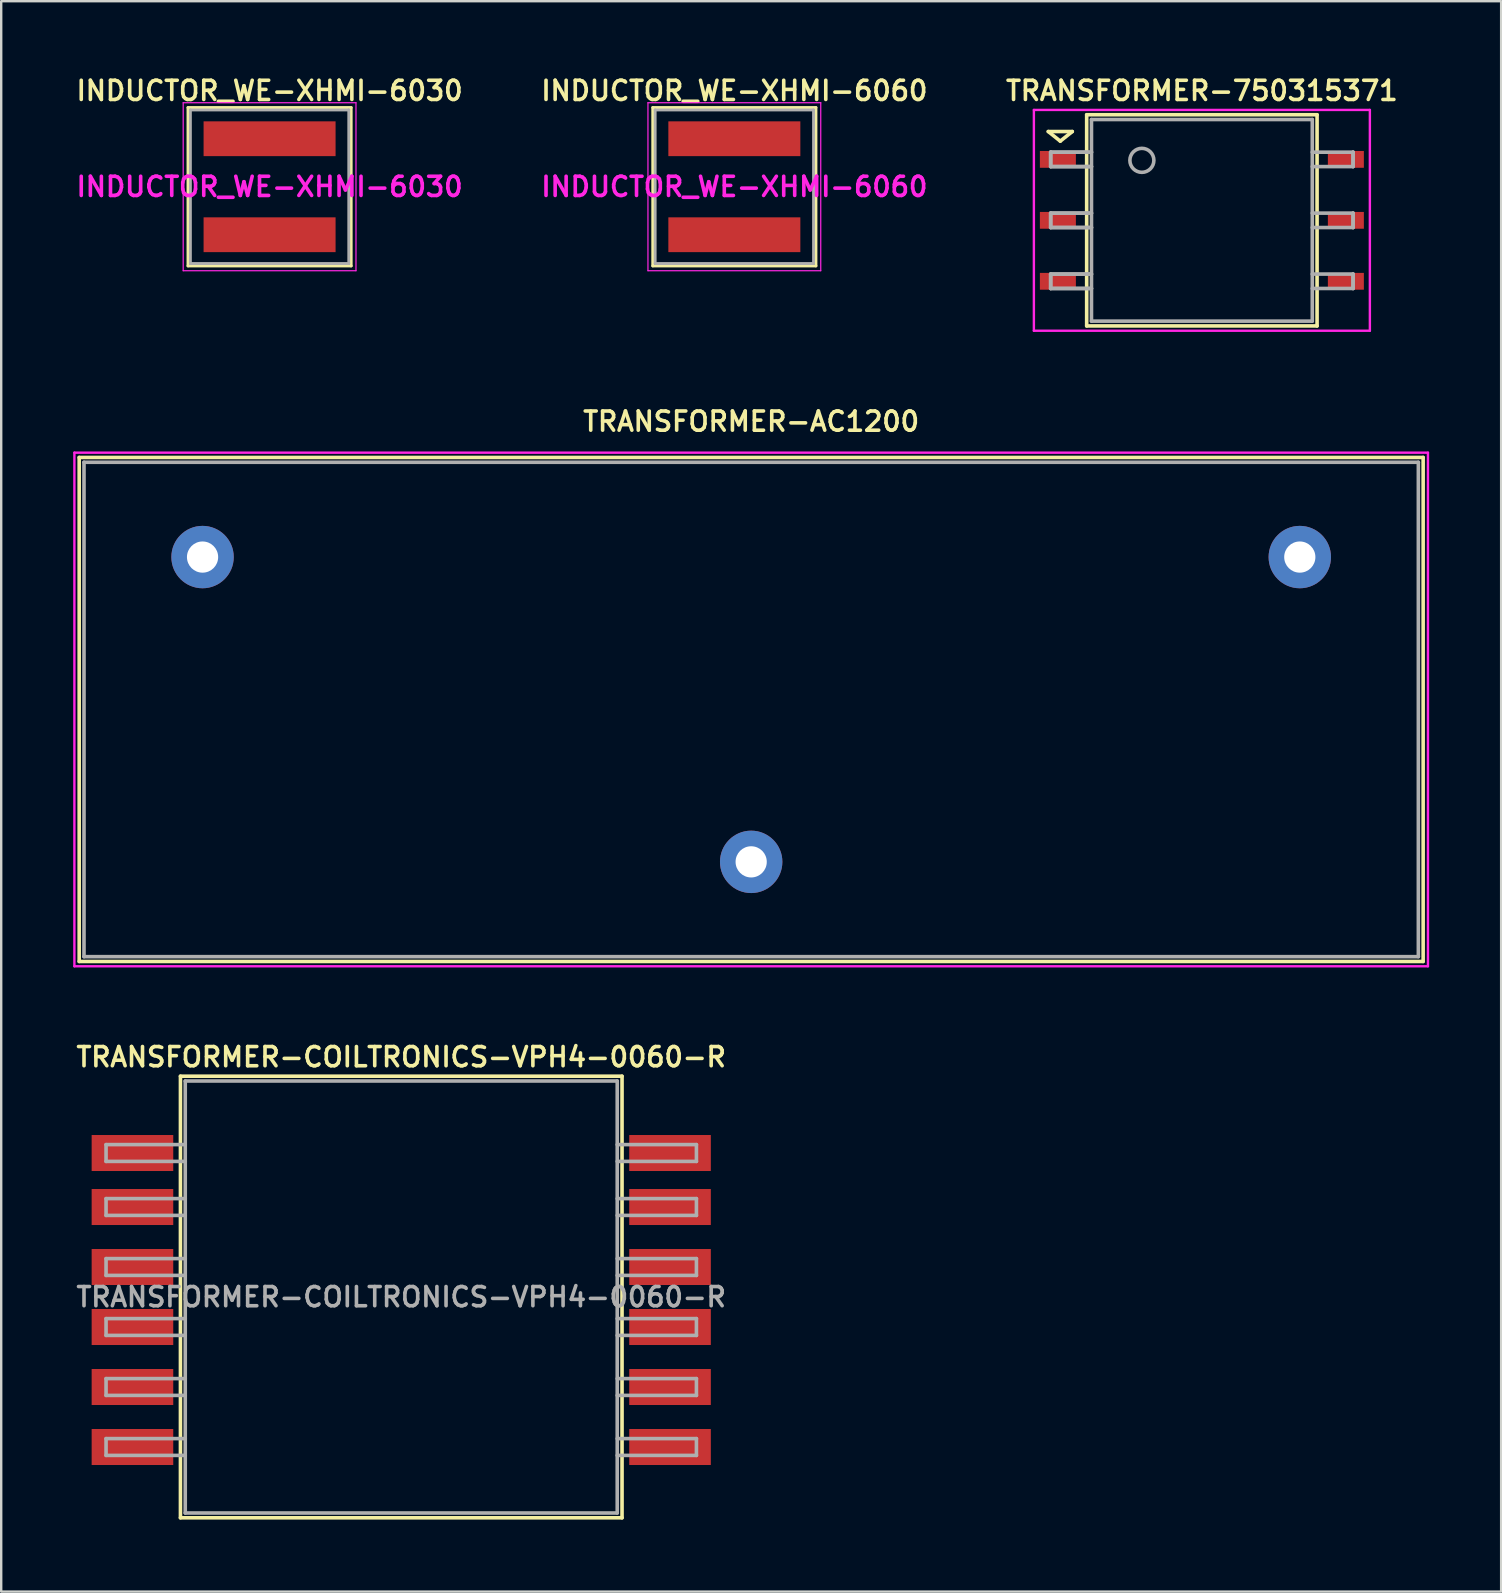
<source format=kicad_pcb>
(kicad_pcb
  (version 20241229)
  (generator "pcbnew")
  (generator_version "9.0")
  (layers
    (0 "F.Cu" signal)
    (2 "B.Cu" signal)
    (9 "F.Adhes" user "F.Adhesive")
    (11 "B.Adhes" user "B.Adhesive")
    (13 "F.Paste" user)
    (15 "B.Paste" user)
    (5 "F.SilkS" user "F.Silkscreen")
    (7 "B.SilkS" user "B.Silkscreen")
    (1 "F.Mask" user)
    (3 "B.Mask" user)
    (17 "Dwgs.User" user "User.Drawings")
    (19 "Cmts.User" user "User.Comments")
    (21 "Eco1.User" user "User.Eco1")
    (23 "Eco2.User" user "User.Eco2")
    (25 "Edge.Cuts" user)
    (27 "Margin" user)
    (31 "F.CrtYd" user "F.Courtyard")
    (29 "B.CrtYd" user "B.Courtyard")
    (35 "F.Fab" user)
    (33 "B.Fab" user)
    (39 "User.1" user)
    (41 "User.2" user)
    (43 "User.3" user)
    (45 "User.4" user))
  (footprint "TRANSFORMER-750315371"
    (layer "F.Cu")
    (at 47.03 6.131)
    (property "Reference" "TRANSFORMER-750315371" (at 0 -5.4 0) (layer "F.SilkS") (effects (font (size 0.8 0.8) (thickness 0.15))))
    (attr through_hole)
    (fp_line (start -6.4 -3.7) (end -5.4 -3.7) (stroke (width 0.15) (type solid)) (layer "F.SilkS"))
    (fp_line (start -5.9 -3.3) (end -6.4 -3.7) (stroke (width 0.15) (type solid)) (layer "F.SilkS"))
    (fp_line (start -5.4 -3.7) (end -5.9 -3.3) (stroke (width 0.15) (type solid)) (layer "F.SilkS"))
    (fp_line (start -4.8 -4.4) (end -4.8 4.4) (stroke (width 0.15) (type solid)) (layer "F.SilkS"))
    (fp_line (start -4.8 4.4) (end 4.8 4.4) (stroke (width 0.15) (type solid)) (layer "F.SilkS"))
    (fp_line (start 4.8 -4.4) (end -4.8 -4.4) (stroke (width 0.15) (type solid)) (layer "F.SilkS"))
    (fp_line (start 4.8 4.4) (end 4.8 -4.4) (stroke (width 0.15) (type solid)) (layer "F.SilkS"))
    (fp_line (start -7 -4.6) (end -7 4.6) (stroke (width 0.1) (type solid)) (layer "F.CrtYd"))
    (fp_line (start -7 4.6) (end 7 4.6) (stroke (width 0.1) (type solid)) (layer "F.CrtYd"))
    (fp_line (start 7 -4.6) (end -7 -4.6) (stroke (width 0.1) (type solid)) (layer "F.CrtYd"))
    (fp_line (start 7 4.6) (end 7 -4.6) (stroke (width 0.1) (type solid)) (layer "F.CrtYd"))
    (fp_line (start -6.3 -2.84) (end -6.3 -2.24) (stroke (width 0.15) (type solid)) (layer "F.Fab"))
    (fp_line (start -6.3 -2.84) (end -6.3 -2.24) (stroke (width 0.15) (type solid)) (layer "F.Fab"))
    (fp_line (start -6.3 -2.24) (end -4.6 -2.24) (stroke (width 0.15) (type solid)) (layer "F.Fab"))
    (fp_line (start -6.3 -2.24) (end -4.6 -2.24) (stroke (width 0.15) (type solid)) (layer "F.Fab"))
    (fp_line (start -6.3 -0.3) (end -6.3 0.3) (stroke (width 0.15) (type solid)) (layer "F.Fab"))
    (fp_line (start -6.3 -0.3) (end -6.3 0.3) (stroke (width 0.15) (type solid)) (layer "F.Fab"))
    (fp_line (start -6.3 0.3) (end -4.6 0.3) (stroke (width 0.15) (type solid)) (layer "F.Fab"))
    (fp_line (start -6.3 0.3) (end -4.6 0.3) (stroke (width 0.15) (type solid)) (layer "F.Fab"))
    (fp_line (start -6.3 2.24) (end -6.3 2.84) (stroke (width 0.15) (type solid)) (layer "F.Fab"))
    (fp_line (start -6.3 2.24) (end -6.3 2.84) (stroke (width 0.15) (type solid)) (layer "F.Fab"))
    (fp_line (start -6.3 2.84) (end -4.6 2.84) (stroke (width 0.15) (type solid)) (layer "F.Fab"))
    (fp_line (start -6.3 2.84) (end -4.6 2.84) (stroke (width 0.15) (type solid)) (layer "F.Fab"))
    (fp_line (start -4.6 -4.2) (end 4.6 -4.2) (stroke (width 0.15) (type solid)) (layer "F.Fab"))
    (fp_line (start -4.6 -2.84) (end -6.3 -2.84) (stroke (width 0.15) (type solid)) (layer "F.Fab"))
    (fp_line (start -4.6 -2.84) (end -6.3 -2.84) (stroke (width 0.15) (type solid)) (layer "F.Fab"))
    (fp_line (start -4.6 -0.3) (end -6.3 -0.3) (stroke (width 0.15) (type solid)) (layer "F.Fab"))
    (fp_line (start -4.6 -0.3) (end -6.3 -0.3) (stroke (width 0.15) (type solid)) (layer "F.Fab"))
    (fp_line (start -4.6 2.24) (end -6.3 2.24) (stroke (width 0.15) (type solid)) (layer "F.Fab"))
    (fp_line (start -4.6 2.24) (end -6.3 2.24) (stroke (width 0.15) (type solid)) (layer "F.Fab"))
    (fp_line (start -4.6 4.2) (end -4.6 -4.2) (stroke (width 0.15) (type solid)) (layer "F.Fab"))
    (fp_line (start 4.6 -4.2) (end 4.6 4.2) (stroke (width 0.15) (type solid)) (layer "F.Fab"))
    (fp_line (start 4.6 -2.84) (end 6.3 -2.84) (stroke (width 0.15) (type solid)) (layer "F.Fab"))
    (fp_line (start 4.6 -0.3) (end 6.3 -0.3) (stroke (width 0.15) (type solid)) (layer "F.Fab"))
    (fp_line (start 4.6 2.24) (end 6.3 2.24) (stroke (width 0.15) (type solid)) (layer "F.Fab"))
    (fp_line (start 4.6 4.2) (end -4.6 4.2) (stroke (width 0.15) (type solid)) (layer "F.Fab"))
    (fp_line (start 6.3 -2.84) (end 6.3 -2.24) (stroke (width 0.15) (type solid)) (layer "F.Fab"))
    (fp_line (start 6.3 -2.84) (end 6.3 -2.24) (stroke (width 0.15) (type solid)) (layer "F.Fab"))
    (fp_line (start 6.3 -2.24) (end 4.6 -2.24) (stroke (width 0.15) (type solid)) (layer "F.Fab"))
    (fp_line (start 6.3 -0.3) (end 6.3 0.3) (stroke (width 0.15) (type solid)) (layer "F.Fab"))
    (fp_line (start 6.3 -0.3) (end 6.3 0.3) (stroke (width 0.15) (type solid)) (layer "F.Fab"))
    (fp_line (start 6.3 0.3) (end 4.6 0.3) (stroke (width 0.15) (type solid)) (layer "F.Fab"))
    (fp_line (start 6.3 2.24) (end 6.3 2.84) (stroke (width 0.15) (type solid)) (layer "F.Fab"))
    (fp_line (start 6.3 2.24) (end 6.3 2.84) (stroke (width 0.15) (type solid)) (layer "F.Fab"))
    (fp_line (start 6.3 2.84) (end 4.6 2.84) (stroke (width 0.15) (type solid)) (layer "F.Fab"))
    (fp_circle (center -2.5 -2.5) (end -2 -2.5) (stroke (width 0.15) (type solid)) (fill no) (layer "F.Fab"))
    (pad "1" smd rect (at -6 -2.54) (size 1.5 0.7) (layers "F.Cu" "F.Mask" "F.Paste"))
    (pad "2" smd rect (at -6 0) (size 1.5 0.7) (layers "F.Cu" "F.Mask" "F.Paste"))
    (pad "3" smd rect (at -6 2.54) (size 1.5 0.7) (layers "F.Cu" "F.Mask" "F.Paste"))
    (pad "4" smd rect (at 6 2.54) (size 1.5 0.7) (layers "F.Cu" "F.Mask" "F.Paste"))
    (pad "5" smd rect (at 6 0) (size 1.5 0.7) (layers "F.Cu" "F.Mask" "F.Paste"))
    (pad "6" smd rect (at 6 -2.54) (size 1.5 0.7) (layers "F.Cu" "F.Mask" "F.Paste")))
  (footprint "INDUCTOR_WE-XHMI-6030"
    (layer "F.Cu")
    (at 8.183 4.731)
    (property "Reference" "INDUCTOR_WE-XHMI-6030" (at 0 -4 0) (layer "F.SilkS") (effects (font (size 0.8 0.8) (thickness 0.15))))
    (attr through_hole)
    (fp_line (start -3.4 -3.3) (end -3.4 3.3) (stroke (width 0.12) (type solid)) (layer "F.SilkS"))
    (fp_line (start -3.4 3.3) (end 3.4 3.3) (stroke (width 0.12) (type solid)) (layer "F.SilkS"))
    (fp_line (start 3.4 -3.3) (end -3.4 -3.3) (stroke (width 0.12) (type solid)) (layer "F.SilkS"))
    (fp_line (start 3.4 3.3) (end 3.4 -3.3) (stroke (width 0.12) (type solid)) (layer "F.SilkS"))
    (fp_line (start -3.6 -3.5) (end -3.6 3.5) (stroke (width 0.05) (type solid)) (layer "F.CrtYd"))
    (fp_line (start -3.6 3.5) (end 3.6 3.5) (stroke (width 0.05) (type solid)) (layer "F.CrtYd"))
    (fp_line (start 3.6 -3.5) (end -3.6 -3.5) (stroke (width 0.05) (type solid)) (layer "F.CrtYd"))
    (fp_line (start 3.6 3.5) (end 3.6 -3.5) (stroke (width 0.05) (type solid)) (layer "F.CrtYd"))
    (fp_line (start -3.3 -3.2) (end -3.3 3.2) (stroke (width 0.12) (type solid)) (layer "F.Fab"))
    (fp_line (start -3.3 3.2) (end 3.3 3.2) (stroke (width 0.12) (type solid)) (layer "F.Fab"))
    (fp_line (start 3.3 -3.2) (end -3.3 -3.2) (stroke (width 0.12) (type solid)) (layer "F.Fab"))
    (fp_line (start 3.3 3.2) (end 3.3 -3.2) (stroke (width 0.12) (type solid)) (layer "F.Fab"))
    (fp_text user "${REFERENCE}" (at 0 0 0) (layer "F.CrtYd") (effects (font (size 0.8 0.8) (thickness 0.15))))
    (pad "1" smd rect (at 0 2) (size 5.5 1.45) (layers "F.Cu" "F.Mask" "F.Paste"))
    (pad "2" smd rect (at 0 -2) (size 5.5 1.45) (layers "F.Cu" "F.Mask" "F.Paste")))
  (footprint "TRANSFORMER-COILTRONICS-VPH4-0060-R"
    (layer "F.Cu")
    (at 13.669 50.994)
    (property "Reference" "TRANSFORMER-COILTRONICS-VPH4-0060-R" (at 0 -10 0) (layer "F.SilkS") (effects (font (size 0.8 0.8) (thickness 0.15))))
    (attr through_hole)
    (fp_line (start -9.2 -9.2) (end 9.2 -9.2) (stroke (width 0.15) (type solid)) (layer "F.SilkS"))
    (fp_line (start -9.2 9.2) (end -9.2 -9.2) (stroke (width 0.15) (type solid)) (layer "F.SilkS"))
    (fp_line (start -9.2 9.2) (end 9.2 9.2) (stroke (width 0.15) (type solid)) (layer "F.SilkS"))
    (fp_line (start 9.2 -9.2) (end 9.2 9.2) (stroke (width 0.15) (type solid)) (layer "F.SilkS"))
    (fp_line (start -12.3 -6.35) (end -12.3 -5.65) (stroke (width 0.15) (type solid)) (layer "F.Fab"))
    (fp_line (start -12.3 -5.65) (end -9 -5.65) (stroke (width 0.15) (type solid)) (layer "F.Fab"))
    (fp_line (start -12.3 -4.1) (end -12.3 -3.4) (stroke (width 0.15) (type solid)) (layer "F.Fab"))
    (fp_line (start -12.3 -3.4) (end -9 -3.4) (stroke (width 0.15) (type solid)) (layer "F.Fab"))
    (fp_line (start -12.3 -1.6) (end -12.3 -0.9) (stroke (width 0.15) (type solid)) (layer "F.Fab"))
    (fp_line (start -12.3 -0.9) (end -9 -0.9) (stroke (width 0.15) (type solid)) (layer "F.Fab"))
    (fp_line (start -12.3 0.9) (end -12.3 1.6) (stroke (width 0.15) (type solid)) (layer "F.Fab"))
    (fp_line (start -12.3 1.6) (end -9 1.6) (stroke (width 0.15) (type solid)) (layer "F.Fab"))
    (fp_line (start -12.3 3.4) (end -12.3 4.1) (stroke (width 0.15) (type solid)) (layer "F.Fab"))
    (fp_line (start -12.3 4.1) (end -9 4.1) (stroke (width 0.15) (type solid)) (layer "F.Fab"))
    (fp_line (start -12.3 5.9) (end -12.3 6.6) (stroke (width 0.15) (type solid)) (layer "F.Fab"))
    (fp_line (start -12.3 6.6) (end -9 6.6) (stroke (width 0.15) (type solid)) (layer "F.Fab"))
    (fp_line (start -9 -9) (end -9 9) (stroke (width 0.15) (type solid)) (layer "F.Fab"))
    (fp_line (start -9 -6.35) (end -12.3 -6.35) (stroke (width 0.15) (type solid)) (layer "F.Fab"))
    (fp_line (start -9 -4.1) (end -12.3 -4.1) (stroke (width 0.15) (type solid)) (layer "F.Fab"))
    (fp_line (start -9 -1.6) (end -12.3 -1.6) (stroke (width 0.15) (type solid)) (layer "F.Fab"))
    (fp_line (start -9 0.9) (end -12.3 0.9) (stroke (width 0.15) (type solid)) (layer "F.Fab"))
    (fp_line (start -9 3.4) (end -12.3 3.4) (stroke (width 0.15) (type solid)) (layer "F.Fab"))
    (fp_line (start -9 5.9) (end -12.3 5.9) (stroke (width 0.15) (type solid)) (layer "F.Fab"))
    (fp_line (start -9 9) (end 9 9) (stroke (width 0.15) (type solid)) (layer "F.Fab"))
    (fp_line (start 9 -9) (end -9 -9) (stroke (width 0.15) (type solid)) (layer "F.Fab"))
    (fp_line (start 9 -5.65) (end 12.3 -5.65) (stroke (width 0.15) (type solid)) (layer "F.Fab"))
    (fp_line (start 9 -3.4) (end 12.3 -3.4) (stroke (width 0.15) (type solid)) (layer "F.Fab"))
    (fp_line (start 9 -0.9) (end 12.3 -0.9) (stroke (width 0.15) (type solid)) (layer "F.Fab"))
    (fp_line (start 9 1.6) (end 12.3 1.6) (stroke (width 0.15) (type solid)) (layer "F.Fab"))
    (fp_line (start 9 4.1) (end 12.3 4.1) (stroke (width 0.15) (type solid)) (layer "F.Fab"))
    (fp_line (start 9 6.6) (end 12.3 6.6) (stroke (width 0.15) (type solid)) (layer "F.Fab"))
    (fp_line (start 9 9) (end 9 -9) (stroke (width 0.15) (type solid)) (layer "F.Fab"))
    (fp_line (start 12.3 -6.35) (end 9 -6.35) (stroke (width 0.15) (type solid)) (layer "F.Fab"))
    (fp_line (start 12.3 -5.65) (end 12.3 -6.35) (stroke (width 0.15) (type solid)) (layer "F.Fab"))
    (fp_line (start 12.3 -4.1) (end 9 -4.1) (stroke (width 0.15) (type solid)) (layer "F.Fab"))
    (fp_line (start 12.3 -3.4) (end 12.3 -4.1) (stroke (width 0.15) (type solid)) (layer "F.Fab"))
    (fp_line (start 12.3 -1.6) (end 9 -1.6) (stroke (width 0.15) (type solid)) (layer "F.Fab"))
    (fp_line (start 12.3 -0.9) (end 12.3 -1.6) (stroke (width 0.15) (type solid)) (layer "F.Fab"))
    (fp_line (start 12.3 0.9) (end 9 0.9) (stroke (width 0.15) (type solid)) (layer "F.Fab"))
    (fp_line (start 12.3 1.6) (end 12.3 0.9) (stroke (width 0.15) (type solid)) (layer "F.Fab"))
    (fp_line (start 12.3 3.4) (end 9 3.4) (stroke (width 0.15) (type solid)) (layer "F.Fab"))
    (fp_line (start 12.3 4.1) (end 12.3 3.4) (stroke (width 0.15) (type solid)) (layer "F.Fab"))
    (fp_line (start 12.3 5.9) (end 9 5.9) (stroke (width 0.15) (type solid)) (layer "F.Fab"))
    (fp_line (start 12.3 6.6) (end 12.3 5.9) (stroke (width 0.15) (type solid)) (layer "F.Fab"))
    (fp_text user "${REFERENCE}" (at 0 0 0) (layer "F.Fab") (effects (font (size 0.8 0.8) (thickness 0.15))))
    (pad "1" smd rect (at -11.2 -6) (size 3.4 1.5) (layers "F.Cu" "F.Mask" "F.Paste"))
    (pad "2" smd rect (at -11.2 -3.75) (size 3.4 1.5) (layers "F.Cu" "F.Mask" "F.Paste"))
    (pad "3" smd rect (at -11.2 -1.25) (size 3.4 1.5) (layers "F.Cu" "F.Mask" "F.Paste"))
    (pad "4" smd rect (at -11.2 1.25) (size 3.4 1.5) (layers "F.Cu" "F.Mask" "F.Paste"))
    (pad "5" smd rect (at -11.2 3.75) (size 3.4 1.5) (layers "F.Cu" "F.Mask" "F.Paste"))
    (pad "6" smd rect (at -11.2 6.25) (size 3.4 1.5) (layers "F.Cu" "F.Mask" "F.Paste"))
    (pad "7" smd rect (at 11.2 6.25) (size 3.4 1.5) (layers "F.Cu" "F.Mask" "F.Paste"))
    (pad "8" smd rect (at 11.2 3.75) (size 3.4 1.5) (layers "F.Cu" "F.Mask" "F.Paste"))
    (pad "9" smd rect (at 11.2 1.25) (size 3.4 1.5) (layers "F.Cu" "F.Mask" "F.Paste"))
    (pad "10" smd rect (at 11.2 -1.25) (size 3.4 1.5) (layers "F.Cu" "F.Mask" "F.Paste"))
    (pad "11" smd rect (at 11.2 -3.75) (size 3.4 1.5) (layers "F.Cu" "F.Mask" "F.Paste"))
    (pad "12" smd rect (at 11.2 -6) (size 3.4 1.5) (layers "F.Cu" "F.Mask" "F.Paste")))
  (footprint "TRANSFORMER-AC1200"
    (layer "F.Cu")
    (at 28.25 26.512)
    (property "Reference" "TRANSFORMER-AC1200" (at 0 -12 0) (layer "F.SilkS") (effects (font (size 0.8 0.8) (thickness 0.15))))
    (attr through_hole)
    (fp_line (start -28 -10.5) (end 28 -10.5) (stroke (width 0.15) (type solid)) (layer "F.SilkS"))
    (fp_line (start -28 10.5) (end -28 -10.5) (stroke (width 0.15) (type solid)) (layer "F.SilkS"))
    (fp_line (start 28 -10.5) (end 28 10.5) (stroke (width 0.15) (type solid)) (layer "F.SilkS"))
    (fp_line (start 28 10.5) (end -28 10.5) (stroke (width 0.15) (type solid)) (layer "F.SilkS"))
    (fp_line (start -28.2 -10.7) (end -28.2 10.7) (stroke (width 0.1) (type solid)) (layer "F.CrtYd"))
    (fp_line (start -28.2 10.7) (end 28.2 10.7) (stroke (width 0.1) (type solid)) (layer "F.CrtYd"))
    (fp_line (start 28.2 -10.7) (end -28.2 -10.7) (stroke (width 0.1) (type solid)) (layer "F.CrtYd"))
    (fp_line (start 28.2 10.7) (end 28.2 -10.7) (stroke (width 0.1) (type solid)) (layer "F.CrtYd"))
    (fp_line (start -27.8 -10.3) (end -27.8 10.3) (stroke (width 0.15) (type solid)) (layer "F.Fab"))
    (fp_line (start -27.8 10.3) (end 27.8 10.3) (stroke (width 0.15) (type solid)) (layer "F.Fab"))
    (fp_line (start 27.8 -10.3) (end -27.8 -10.3) (stroke (width 0.15) (type solid)) (layer "F.Fab"))
    (fp_line (start 27.8 10.3) (end 27.8 -10.3) (stroke (width 0.15) (type solid)) (layer "F.Fab"))
    (pad "1" thru_hole circle (at -22.86 -6.35) (size 2.6 2.6) (drill 1.3) (layers "*.Cu" "*.Mask"))
    (pad "2" thru_hole circle (at 0 6.35) (size 2.6 2.6) (drill 1.3) (layers "*.Cu" "*.Mask"))
    (pad "3" thru_hole circle (at 22.86 -6.35) (size 2.6 2.6) (drill 1.3) (layers "*.Cu" "*.Mask")))
  (footprint "INDUCTOR_WE-XHMI-6060"
    (layer "F.Cu")
    (at 27.549 4.731)
    (property "Reference" "INDUCTOR_WE-XHMI-6060" (at 0 -4 0) (layer "F.SilkS") (effects (font (size 0.8 0.8) (thickness 0.15))))
    (attr through_hole)
    (fp_line (start -3.4 -3.3) (end -3.4 3.3) (stroke (width 0.12) (type solid)) (layer "F.SilkS"))
    (fp_line (start -3.4 3.3) (end 3.4 3.3) (stroke (width 0.12) (type solid)) (layer "F.SilkS"))
    (fp_line (start 3.4 -3.3) (end -3.4 -3.3) (stroke (width 0.12) (type solid)) (layer "F.SilkS"))
    (fp_line (start 3.4 3.3) (end 3.4 -3.3) (stroke (width 0.12) (type solid)) (layer "F.SilkS"))
    (fp_line (start -3.6 -3.5) (end -3.6 3.5) (stroke (width 0.05) (type solid)) (layer "F.CrtYd"))
    (fp_line (start -3.6 3.5) (end 3.6 3.5) (stroke (width 0.05) (type solid)) (layer "F.CrtYd"))
    (fp_line (start 3.6 -3.5) (end -3.6 -3.5) (stroke (width 0.05) (type solid)) (layer "F.CrtYd"))
    (fp_line (start 3.6 3.5) (end 3.6 -3.5) (stroke (width 0.05) (type solid)) (layer "F.CrtYd"))
    (fp_line (start -3.3 -3.2) (end -3.3 3.2) (stroke (width 0.12) (type solid)) (layer "F.Fab"))
    (fp_line (start -3.3 3.2) (end 3.3 3.2) (stroke (width 0.12) (type solid)) (layer "F.Fab"))
    (fp_line (start 3.3 -3.2) (end -3.3 -3.2) (stroke (width 0.12) (type solid)) (layer "F.Fab"))
    (fp_line (start 3.3 3.2) (end 3.3 -3.2) (stroke (width 0.12) (type solid)) (layer "F.Fab"))
    (fp_text user "${REFERENCE}" (at 0 0 0) (layer "F.CrtYd") (effects (font (size 0.8 0.8) (thickness 0.15))))
    (pad "1" smd rect (at 0 2) (size 5.5 1.45) (layers "F.Cu" "F.Mask" "F.Paste"))
    (pad "2" smd rect (at 0 -2) (size 5.5 1.45) (layers "F.Cu" "F.Mask" "F.Paste")))
  (gr_rect
    (start -3 -3)
    (end 59.5 63.269)
    (stroke (width 0.1) (type default))
    (fill no)
    (layer "Edge.Cuts")))
</source>
